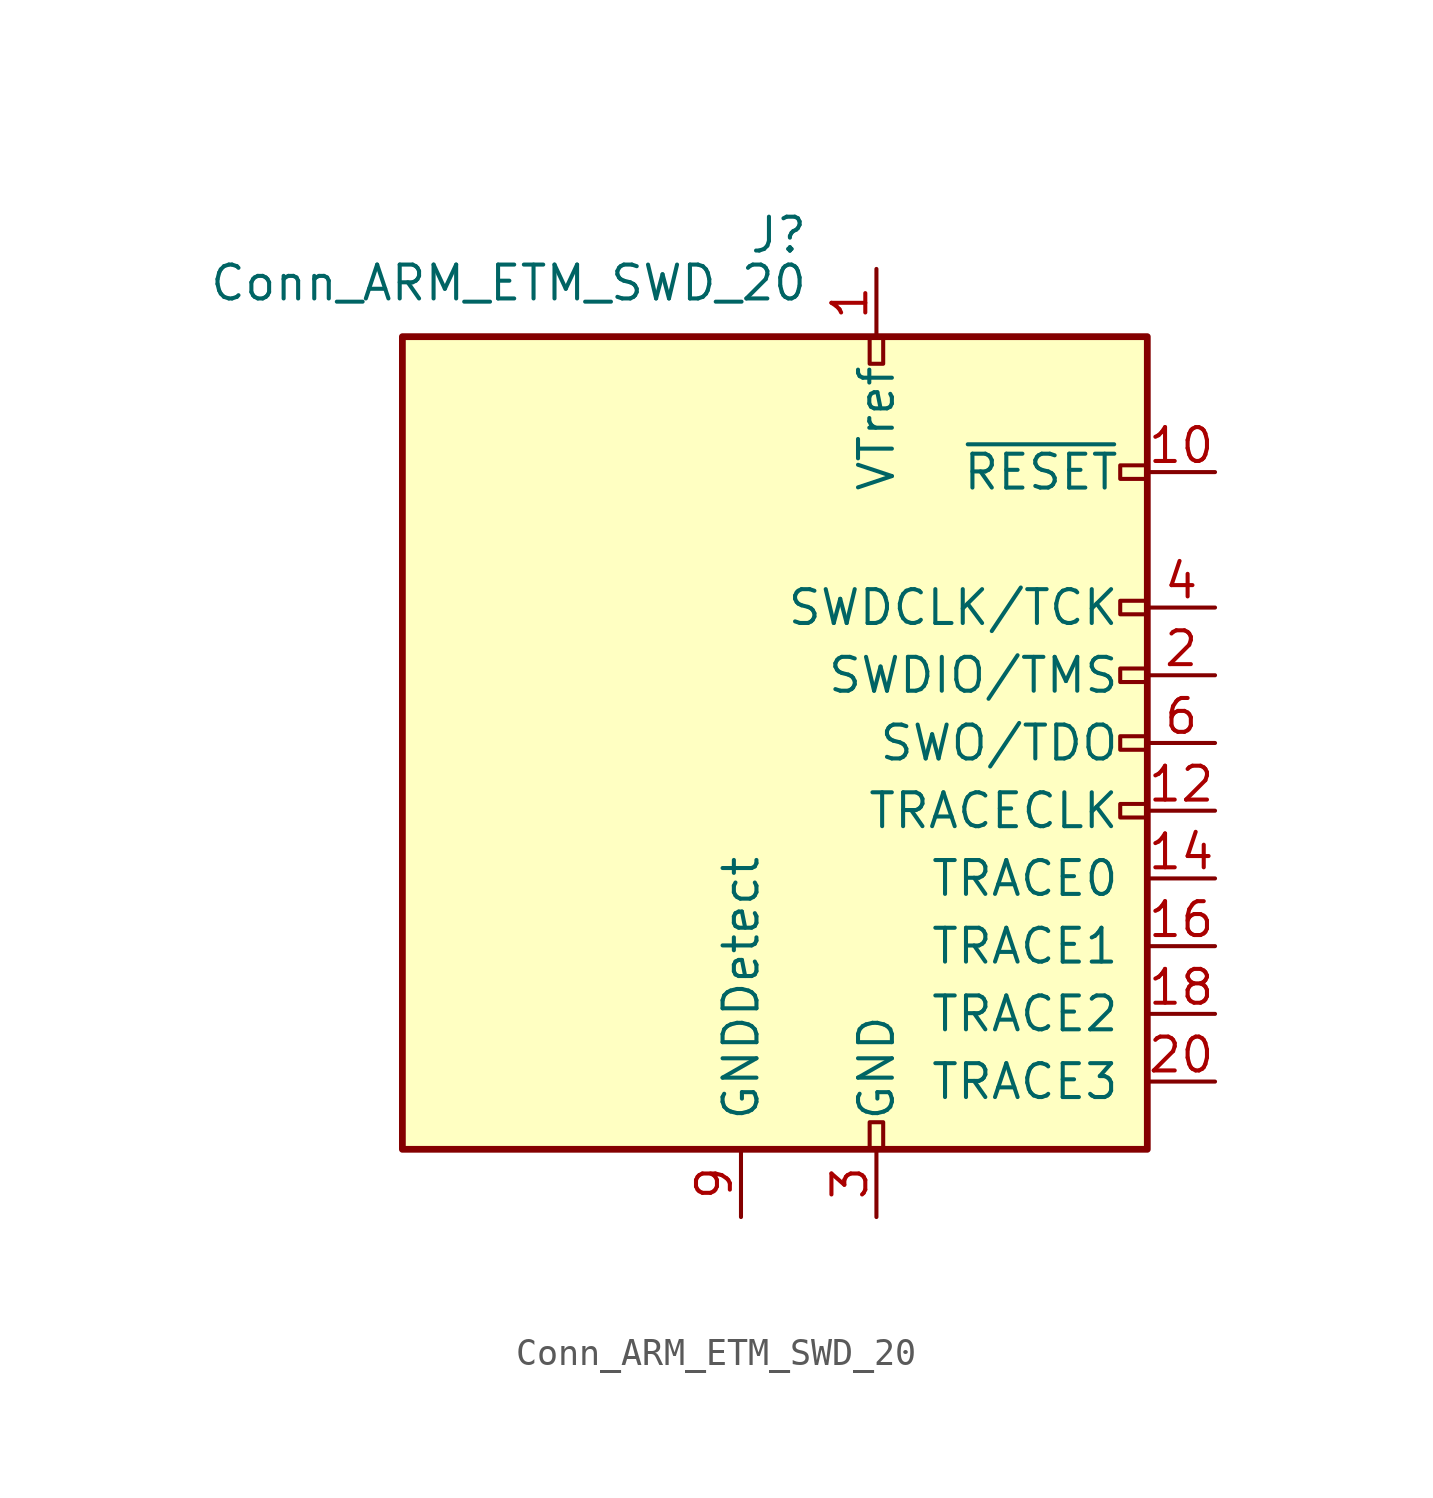
<source format=kicad_sym>
(kicad_symbol_lib
  (version 20211014)
  (generator kicad_symbol_editor)
  (symbol "Conn_ARM_ETM_SWD_20"
    (pin_names
      (offset 1.016))
    (property "Reference" "J"
      (at -2.54 16.51 0)
      (effects (font (size 1.27 1.27)) (justify right)))
    (property "Value" "Conn_ARM_ETM_SWD_20"
      (at -2.54 13.97 0)
      (effects (font (size 1.27 1.27)) (justify right bottom)))
    (symbol "Conn_ARM_ETM_SWD_20_0_1"
      (rectangle (start -17.78 12.7) (end 10.16 -17.78) (stroke (width 0.254) (type default) (color 0 0 0 0)) (fill (type background)))
      (rectangle (start -0.254 -17.78) (end 0.254 -16.764) (stroke (width 0) (type default) (color 0 0 0 0)) (fill (type none)))
      (rectangle (start -0.254 12.7) (end 0.254 11.684) (stroke (width 0) (type default) (color 0 0 0 0)) (fill (type none)))
      (rectangle (start 9.144 2.286) (end 10.16 2.794) (stroke (width 0) (type default) (color 0 0 0 0)) (fill (type none)))
      (rectangle (start 10.16 -2.794) (end 9.144 -2.286) (stroke (width 0) (type default) (color 0 0 0 0)) (fill (type none)))
      (rectangle (start 10.16 -0.254) (end 9.144 0.254) (stroke (width 0) (type default) (color 0 0 0 0)) (fill (type none)))
      (rectangle (start 10.16 7.874) (end 9.144 7.366) (stroke (width 0) (type default) (color 0 0 0 0)) (fill (type none))))
    (symbol "Conn_ARM_ETM_SWD_20_1_1"
      (rectangle (start 9.144 -5.334) (end 10.16 -4.826) (stroke (width 0) (type default) (color 0 0 0 0)) (fill (type none)))
      (pin power_in line (at 0 15.24 270) (length 2.54) (name "VTref" (effects (font (size 1.27 1.27)))) (number "1" (effects (font (size 1.27 1.27)))))
      (pin open_collector line (at 12.7 7.62 180) (length 2.54) (name "~{RESET}" (effects (font (size 1.27 1.27)))) (number "10" (effects (font (size 1.27 1.27)))))
      (pin passive line (at -7.62 -20.32 90) (length 2.54) hide (name "GND" (effects (font (size 1.27 1.27)))) (number "11" (effects (font (size 1.27 1.27)))))
      (pin input line (at 12.7 -5.08 180) (length 2.54) (name "TRACECLK" (effects (font (size 1.27 1.27)))) (number "12" (effects (font (size 1.27 1.27)))))
      (pin passive line (at -10.16 -20.32 90) (length 2.54) hide (name "GND" (effects (font (size 1.27 1.27)))) (number "13" (effects (font (size 1.27 1.27)))))
      (pin output line (at 12.7 -7.62 180) (length 2.54) (name "TRACE0" (effects (font (size 1.27 1.27)))) (number "14" (effects (font (size 1.27 1.27)))))
      (pin passive line (at -12.7 -20.32 90) (length 2.54) hide (name "GND" (effects (font (size 1.27 1.27)))) (number "15" (effects (font (size 1.27 1.27)))))
      (pin output line (at 12.7 -10.16 180) (length 2.54) (name "TRACE1" (effects (font (size 1.27 1.27)))) (number "16" (effects (font (size 1.27 1.27)))))
      (pin passive line (at -15.24 -20.32 90) (length 2.54) hide (name "GND" (effects (font (size 1.27 1.27)))) (number "17" (effects (font (size 1.27 1.27)))))
      (pin output line (at 12.7 -12.7 180) (length 2.54) (name "TRACE2" (effects (font (size 1.27 1.27)))) (number "18" (effects (font (size 1.27 1.27)))))
      (pin passive line (at -20.32 -10.16 0) (length 2.54) hide (name "GND" (effects (font (size 1.27 1.27)))) (number "19" (effects (font (size 1.27 1.27)))))
      (pin bidirectional line (at 12.7 0 180) (length 2.54) (name "SWDIO/TMS" (effects (font (size 1.27 1.27)))) (number "2" (effects (font (size 1.27 1.27)))))
      (pin output line (at 12.7 -15.24 180) (length 2.54) (name "TRACE3" (effects (font (size 1.27 1.27)))) (number "20" (effects (font (size 1.27 1.27)))))
      (pin power_in line (at 0 -20.32 90) (length 2.54) (name "GND" (effects (font (size 1.27 1.27)))) (number "3" (effects (font (size 1.27 1.27)))))
      (pin output line (at 12.7 2.54 180) (length 2.54) (name "SWDCLK/TCK" (effects (font (size 1.27 1.27)))) (number "4" (effects (font (size 1.27 1.27)))))
      (pin passive line (at -2.54 -20.32 90) (length 2.54) hide (name "GND" (effects (font (size 1.27 1.27)))) (number "5" (effects (font (size 1.27 1.27)))))
      (pin input line (at 12.7 -2.54 180) (length 2.54) (name "SWO/TDO" (effects (font (size 1.27 1.27)))) (number "6" (effects (font (size 1.27 1.27)))))
      (pin no_connect line (at -20.32 8.89 0) (length 2.54) hide (name "KEY" (effects (font (size 1.27 1.27)))) (number "7" (effects (font (size 1.27 1.27)))))
      (pin passive line (at -5.08 -20.32 90) (length 2.54) (name "GNDDetect" (effects (font (size 1.27 1.27)))) (number "9" (effects (font (size 1.27 1.27))))))))
</source>
